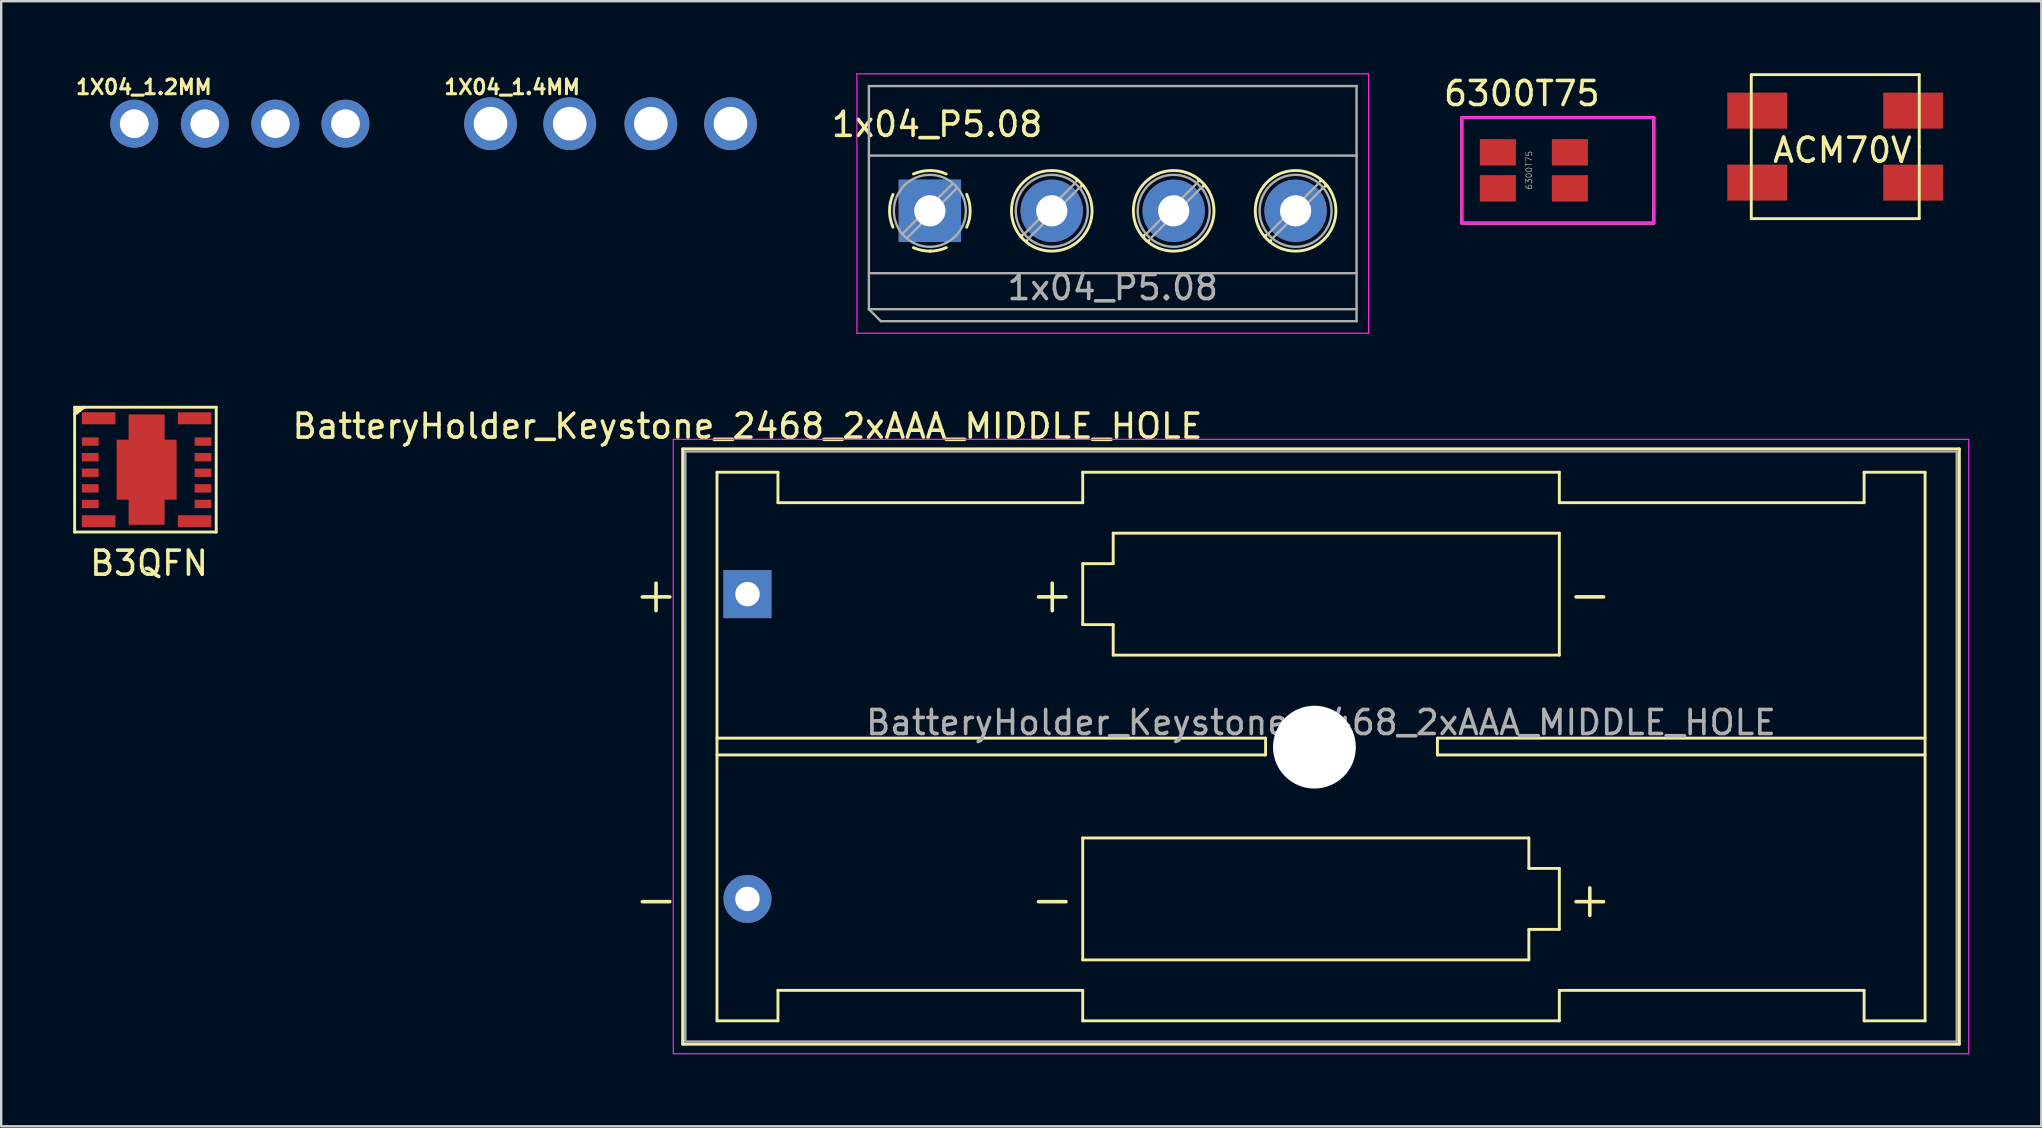
<source format=kicad_pcb>
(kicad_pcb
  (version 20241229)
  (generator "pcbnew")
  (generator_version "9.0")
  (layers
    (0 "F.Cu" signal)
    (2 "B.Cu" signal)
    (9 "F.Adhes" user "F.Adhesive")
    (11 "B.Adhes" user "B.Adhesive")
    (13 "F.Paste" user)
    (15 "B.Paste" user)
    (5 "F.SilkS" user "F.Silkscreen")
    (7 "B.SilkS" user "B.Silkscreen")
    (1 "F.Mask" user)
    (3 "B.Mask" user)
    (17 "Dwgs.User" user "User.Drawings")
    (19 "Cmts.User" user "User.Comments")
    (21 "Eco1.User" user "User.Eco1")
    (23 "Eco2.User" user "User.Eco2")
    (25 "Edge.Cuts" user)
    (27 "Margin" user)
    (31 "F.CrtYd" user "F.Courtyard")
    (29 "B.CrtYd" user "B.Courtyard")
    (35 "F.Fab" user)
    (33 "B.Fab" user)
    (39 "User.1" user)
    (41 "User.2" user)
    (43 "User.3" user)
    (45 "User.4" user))
  (footprint "BatteryHolder_Keystone_2468_2xAAA_MIDDLE_HOLE"
    (layer "F.Cu")
    (at 28.097 21.708)
    (property "Reference" "BatteryHolder_Keystone_2468_2xAAA_MIDDLE_HOLE" (at 0 -7 0) (layer "F.SilkS") (effects (font (size 1 1) (thickness 0.15))))
    (attr through_hole)
    (fp_line (start -2.7 -6.05) (end -2.7 18.75) (stroke (width 0.12) (type solid)) (layer "F.SilkS"))
    (fp_line (start -2.7 18.755) (end 50.5 18.755) (stroke (width 0.12) (type solid)) (layer "F.SilkS"))
    (fp_line (start -1.27 -5.08) (end -1.27 17.78) (stroke (width 0.12) (type solid)) (layer "F.SilkS"))
    (fp_line (start -1.27 6) (end 21.59 6) (stroke (width 0.12) (type solid)) (layer "F.SilkS"))
    (fp_line (start -1.27 17.78) (end 1.27 17.78) (stroke (width 0.12) (type solid)) (layer "F.SilkS"))
    (fp_line (start 1.27 -5.08) (end -1.27 -5.08) (stroke (width 0.12) (type solid)) (layer "F.SilkS"))
    (fp_line (start 1.27 -3.81) (end 1.27 -5.08) (stroke (width 0.12) (type solid)) (layer "F.SilkS"))
    (fp_line (start 1.27 -3.81) (end 13.97 -3.81) (stroke (width 0.12) (type solid)) (layer "F.SilkS"))
    (fp_line (start 1.27 16.51) (end 13.97 16.51) (stroke (width 0.12) (type solid)) (layer "F.SilkS"))
    (fp_line (start 1.27 17.78) (end 1.27 16.51) (stroke (width 0.12) (type solid)) (layer "F.SilkS"))
    (fp_line (start 13.97 -5.08) (end 13.97 -3.81) (stroke (width 0.12) (type solid)) (layer "F.SilkS"))
    (fp_line (start 13.97 -1.27) (end 15.24 -1.27) (stroke (width 0.12) (type solid)) (layer "F.SilkS"))
    (fp_line (start 13.97 1.27) (end 13.97 -1.27) (stroke (width 0.12) (type solid)) (layer "F.SilkS"))
    (fp_line (start 13.97 10.16) (end 32.56 10.16) (stroke (width 0.12) (type solid)) (layer "F.SilkS"))
    (fp_line (start 13.97 15.24) (end 13.97 10.16) (stroke (width 0.12) (type solid)) (layer "F.SilkS"))
    (fp_line (start 13.97 16.51) (end 13.97 17.78) (stroke (width 0.12) (type solid)) (layer "F.SilkS"))
    (fp_line (start 13.97 17.78) (end 33.83 17.78) (stroke (width 0.12) (type solid)) (layer "F.SilkS"))
    (fp_line (start 15.24 -2.54) (end 33.83 -2.54) (stroke (width 0.12) (type solid)) (layer "F.SilkS"))
    (fp_line (start 15.24 -1.27) (end 15.24 -2.54) (stroke (width 0.12) (type solid)) (layer "F.SilkS"))
    (fp_line (start 15.24 1.27) (end 13.97 1.27) (stroke (width 0.12) (type solid)) (layer "F.SilkS"))
    (fp_line (start 15.24 2.54) (end 15.24 1.27) (stroke (width 0.12) (type solid)) (layer "F.SilkS"))
    (fp_line (start 21.59 6) (end 21.59 6.7) (stroke (width 0.12) (type solid)) (layer "F.SilkS"))
    (fp_line (start 21.59 6.7) (end -1.27 6.7) (stroke (width 0.12) (type solid)) (layer "F.SilkS"))
    (fp_line (start 28.75 6) (end 28.75 6.7) (stroke (width 0.12) (type solid)) (layer "F.SilkS"))
    (fp_line (start 28.75 6.7) (end 49.07 6.7) (stroke (width 0.12) (type solid)) (layer "F.SilkS"))
    (fp_line (start 32.56 10.16) (end 32.56 11.43) (stroke (width 0.12) (type solid)) (layer "F.SilkS"))
    (fp_line (start 32.56 11.43) (end 33.83 11.43) (stroke (width 0.12) (type solid)) (layer "F.SilkS"))
    (fp_line (start 32.56 13.97) (end 32.56 15.24) (stroke (width 0.12) (type solid)) (layer "F.SilkS"))
    (fp_line (start 32.56 15.24) (end 13.97 15.24) (stroke (width 0.12) (type solid)) (layer "F.SilkS"))
    (fp_line (start 33.83 -5.08) (end 13.97 -5.08) (stroke (width 0.12) (type solid)) (layer "F.SilkS"))
    (fp_line (start 33.83 -3.81) (end 33.83 -5.08) (stroke (width 0.12) (type solid)) (layer "F.SilkS"))
    (fp_line (start 33.83 -2.54) (end 33.83 2.54) (stroke (width 0.12) (type solid)) (layer "F.SilkS"))
    (fp_line (start 33.83 2.54) (end 15.24 2.54) (stroke (width 0.12) (type solid)) (layer "F.SilkS"))
    (fp_line (start 33.83 11.43) (end 33.83 13.97) (stroke (width 0.12) (type solid)) (layer "F.SilkS"))
    (fp_line (start 33.83 13.97) (end 32.56 13.97) (stroke (width 0.12) (type solid)) (layer "F.SilkS"))
    (fp_line (start 33.83 17.78) (end 33.83 16.51) (stroke (width 0.12) (type solid)) (layer "F.SilkS"))
    (fp_line (start 46.53 -5.08) (end 46.53 -3.81) (stroke (width 0.12) (type solid)) (layer "F.SilkS"))
    (fp_line (start 46.53 -3.81) (end 33.83 -3.81) (stroke (width 0.12) (type solid)) (layer "F.SilkS"))
    (fp_line (start 46.53 16.51) (end 33.83 16.51) (stroke (width 0.12) (type solid)) (layer "F.SilkS"))
    (fp_line (start 46.53 17.78) (end 46.53 16.51) (stroke (width 0.12) (type solid)) (layer "F.SilkS"))
    (fp_line (start 49.07 -5.08) (end 46.53 -5.08) (stroke (width 0.12) (type solid)) (layer "F.SilkS"))
    (fp_line (start 49.07 -5.08) (end 49.07 17.78) (stroke (width 0.12) (type solid)) (layer "F.SilkS"))
    (fp_line (start 49.07 6) (end 28.75 6) (stroke (width 0.12) (type solid)) (layer "F.SilkS"))
    (fp_line (start 49.07 17.78) (end 46.53 17.78) (stroke (width 0.12) (type solid)) (layer "F.SilkS"))
    (fp_line (start 50.5 -6.055) (end -2.7 -6.055) (stroke (width 0.12) (type solid)) (layer "F.SilkS"))
    (fp_line (start 50.5 18.75) (end 50.5 -6.05) (stroke (width 0.12) (type solid)) (layer "F.SilkS"))
    (fp_line (start -3.09 -6.45) (end -3.09 19.15) (stroke (width 0.05) (type solid)) (layer "F.CrtYd"))
    (fp_line (start -3.09 19.15) (end 50.89 19.15) (stroke (width 0.05) (type solid)) (layer "F.CrtYd"))
    (fp_line (start 50.89 -6.45) (end -3.09 -6.45) (stroke (width 0.05) (type solid)) (layer "F.CrtYd"))
    (fp_line (start 50.89 19.15) (end 50.89 -6.45) (stroke (width 0.05) (type solid)) (layer "F.CrtYd"))
    (fp_line (start -2.59 -5.945) (end 50.39 -5.945) (stroke (width 0.1) (type solid)) (layer "F.Fab"))
    (fp_line (start -2.59 18.645) (end -2.59 -5.945) (stroke (width 0.1) (type solid)) (layer "F.Fab"))
    (fp_line (start -2.59 18.645) (end 50.39 18.645) (stroke (width 0.1) (type solid)) (layer "F.Fab"))
    (fp_line (start 50.39 18.645) (end 50.39 -5.945) (stroke (width 0.1) (type solid)) (layer "F.Fab"))
    (fp_text user "-" (at 12.7 12.7 0) (layer "F.SilkS") (effects (font (size 1.5 1.5) (thickness 0.15))))
    (fp_text user "+" (at 35.1 12.7 0) (layer "F.SilkS") (effects (font (size 1.5 1.5) (thickness 0.15))))
    (fp_text user "+" (at 12.7 0 0) (layer "F.SilkS") (effects (font (size 1.5 1.5) (thickness 0.15))))
    (fp_text user "-" (at -3.81 12.7 0) (layer "F.SilkS") (effects (font (size 1.5 1.5) (thickness 0.15))))
    (fp_text user "+" (at -3.81 0 0) (layer "F.SilkS") (effects (font (size 1.5 1.5) (thickness 0.15))))
    (fp_text user "-" (at 35.1 0 0) (layer "F.SilkS") (effects (font (size 1.5 1.5) (thickness 0.15))))
    (fp_text user "${REFERENCE}" (at 23.9 5.35 0) (layer "F.Fab") (effects (font (size 1 1) (thickness 0.15))))
    (pad "" np_thru_hole circle (at 23.625 6.375) (size 3.45 3.45) (drill 3.45) (layers "*.Cu" "*.Mask"))
    (pad "1" thru_hole rect (at 0 0) (size 2 2) (drill 1.02) (layers "*.Cu" "*.Mask"))
    (pad "2" thru_hole circle (at 0 12.7) (size 2 2) (drill 1.02) (layers "*.Cu" "*.Mask")))
  (footprint "1X04_1.4MM"
    (layer "F.Cu")
    (at 18.791 2.104)
    (property "Reference" "1X04_1.4MM" (at -0.5 -1.524 0) (layer "F.SilkS") (effects (font (size 0.61 0.61) (thickness 0.127))))
    (attr exclude_from_pos_files exclude_from_bom)
    (pad "1" thru_hole circle (at -1.4 0) (size 2.2 2.2) (drill 1.4) (layers "*.Cu" "*.Mask"))
    (pad "2" thru_hole circle (at 1.9 0) (size 2.2 2.2) (drill 1.4) (layers "*.Cu" "*.Mask"))
    (pad "3" thru_hole circle (at 5.28 0) (size 2.2 2.2) (drill 1.4) (layers "*.Cu" "*.Mask"))
    (pad "4" thru_hole circle (at 8.6 0) (size 2.2 2.2) (drill 1.4) (layers "*.Cu" "*.Mask")))
  (footprint "1x04_P5.08"
    (layer "F.Cu")
    (at 35.697 5.735)
    (property "Reference" "1x04_P5.08" (at 0.3 -3.6 0) (layer "F.SilkS") (effects (font (size 1 1) (thickness 0.15))))
    (attr through_hole)
    (fp_line (start 3.853 1.023) (end 3.806 1.069) (stroke (width 0.12) (type solid)) (layer "F.SilkS"))
    (fp_line (start 4.046 1.239) (end 4.011 1.274) (stroke (width 0.12) (type solid)) (layer "F.SilkS"))
    (fp_line (start 6.15 -1.275) (end 6.115 -1.239) (stroke (width 0.12) (type solid)) (layer "F.SilkS"))
    (fp_line (start 6.355 -1.069) (end 6.308 -1.023) (stroke (width 0.12) (type solid)) (layer "F.SilkS"))
    (fp_line (start 8.933 1.023) (end 8.886 1.069) (stroke (width 0.12) (type solid)) (layer "F.SilkS"))
    (fp_line (start 9.126 1.239) (end 9.091 1.274) (stroke (width 0.12) (type solid)) (layer "F.SilkS"))
    (fp_line (start 11.23 -1.275) (end 11.195 -1.239) (stroke (width 0.12) (type solid)) (layer "F.SilkS"))
    (fp_line (start 11.435 -1.069) (end 11.388 -1.023) (stroke (width 0.12) (type solid)) (layer "F.SilkS"))
    (fp_line (start 14.013 1.023) (end 13.966 1.069) (stroke (width 0.12) (type solid)) (layer "F.SilkS"))
    (fp_line (start 14.206 1.239) (end 14.171 1.274) (stroke (width 0.12) (type solid)) (layer "F.SilkS"))
    (fp_line (start 16.31 -1.275) (end 16.275 -1.239) (stroke (width 0.12) (type solid)) (layer "F.SilkS"))
    (fp_line (start 16.515 -1.069) (end 16.468 -1.023) (stroke (width 0.12) (type solid)) (layer "F.SilkS"))
    (fp_arc (start -1.535427 0.683042) (mid -1.680501 -0.000524) (end -1.535 -0.684) (stroke (width 0.12) (type solid)) (layer "F.SilkS"))
    (fp_arc (start -0.683042 -1.535427) (mid 0.000524 -1.680501) (end 0.684 -1.535) (stroke (width 0.12) (type solid)) (layer "F.SilkS"))
    (fp_arc (start 0.028805 1.680253) (mid -0.335551 1.646659) (end -0.684 1.535) (stroke (width 0.12) (type solid)) (layer "F.SilkS"))
    (fp_arc (start 0.683318 1.534756) (mid 0.349292 1.643288) (end 0 1.68) (stroke (width 0.12) (type solid)) (layer "F.SilkS"))
    (fp_arc (start 1.535427 -0.683042) (mid 1.680501 0.000524) (end 1.535 0.684) (stroke (width 0.12) (type solid)) (layer "F.SilkS"))
    (fp_circle (center 5.08 0) (end 6.76 0) (stroke (width 0.12) (type solid)) (fill no) (layer "F.SilkS"))
    (fp_circle (center 10.16 0) (end 11.84 0) (stroke (width 0.12) (type solid)) (fill no) (layer "F.SilkS"))
    (fp_circle (center 15.24 0) (end 16.92 0) (stroke (width 0.12) (type solid)) (fill no) (layer "F.SilkS"))
    (fp_line (start -3.04 -5.71) (end -3.04 5.1) (stroke (width 0.05) (type solid)) (layer "F.CrtYd"))
    (fp_line (start -3.04 5.1) (end 18.28 5.1) (stroke (width 0.05) (type solid)) (layer "F.CrtYd"))
    (fp_line (start 18.28 -5.71) (end -3.04 -5.71) (stroke (width 0.05) (type solid)) (layer "F.CrtYd"))
    (fp_line (start 18.28 5.1) (end 18.28 -5.71) (stroke (width 0.05) (type solid)) (layer "F.CrtYd"))
    (fp_line (start -2.54 -5.2) (end 17.78 -5.2) (stroke (width 0.1) (type solid)) (layer "F.Fab"))
    (fp_line (start -2.54 -2.3) (end 17.78 -2.3) (stroke (width 0.1) (type solid)) (layer "F.Fab"))
    (fp_line (start -2.54 2.6) (end 17.78 2.6) (stroke (width 0.1) (type solid)) (layer "F.Fab"))
    (fp_line (start -2.54 4.1) (end -2.54 -5.2) (stroke (width 0.1) (type solid)) (layer "F.Fab"))
    (fp_line (start -2.54 4.1) (end 17.78 4.1) (stroke (width 0.1) (type solid)) (layer "F.Fab"))
    (fp_line (start -2.04 4.6) (end -2.54 4.1) (stroke (width 0.1) (type solid)) (layer "F.Fab"))
    (fp_line (start 0.955 -1.138) (end -1.138 0.955) (stroke (width 0.1) (type solid)) (layer "F.Fab"))
    (fp_line (start 1.138 -0.955) (end -0.955 1.138) (stroke (width 0.1) (type solid)) (layer "F.Fab"))
    (fp_line (start 6.035 -1.138) (end 3.943 0.955) (stroke (width 0.1) (type solid)) (layer "F.Fab"))
    (fp_line (start 6.218 -0.955) (end 4.126 1.138) (stroke (width 0.1) (type solid)) (layer "F.Fab"))
    (fp_line (start 11.115 -1.138) (end 9.023 0.955) (stroke (width 0.1) (type solid)) (layer "F.Fab"))
    (fp_line (start 11.298 -0.955) (end 9.206 1.138) (stroke (width 0.1) (type solid)) (layer "F.Fab"))
    (fp_line (start 16.195 -1.138) (end 14.103 0.955) (stroke (width 0.1) (type solid)) (layer "F.Fab"))
    (fp_line (start 16.378 -0.955) (end 14.286 1.138) (stroke (width 0.1) (type solid)) (layer "F.Fab"))
    (fp_line (start 17.78 -5.2) (end 17.78 4.6) (stroke (width 0.1) (type solid)) (layer "F.Fab"))
    (fp_line (start 17.78 4.6) (end -2.04 4.6) (stroke (width 0.1) (type solid)) (layer "F.Fab"))
    (fp_circle (center 0 0) (end 1.5 0) (stroke (width 0.1) (type solid)) (fill no) (layer "F.Fab"))
    (fp_circle (center 5.08 0) (end 6.58 0) (stroke (width 0.1) (type solid)) (fill no) (layer "F.Fab"))
    (fp_circle (center 10.16 0) (end 11.66 0) (stroke (width 0.1) (type solid)) (fill no) (layer "F.Fab"))
    (fp_circle (center 15.24 0) (end 16.74 0) (stroke (width 0.1) (type solid)) (fill no) (layer "F.Fab"))
    (fp_text user "${REFERENCE}" (at 7.62 3.2 0) (layer "F.Fab") (effects (font (size 1 1) (thickness 0.15))))
    (pad "1" thru_hole rect (at 0 0) (size 2.6 2.6) (drill 1.3) (layers "*.Cu" "*.Mask"))
    (pad "2" thru_hole circle (at 5.08 0) (size 2.6 2.6) (drill 1.3) (layers "*.Cu" "*.Mask"))
    (pad "3" thru_hole circle (at 10.16 0) (size 2.6 2.6) (drill 1.3) (layers "*.Cu" "*.Mask"))
    (pad "4" thru_hole circle (at 15.24 0) (size 2.6 2.6) (drill 1.3) (layers "*.Cu" "*.Mask")))
  (footprint "1X04_1.2MM"
    (layer "F.Cu")
    (at 3.145 2.104)
    (property "Reference" "1X04_1.2MM" (at -0.2 -1.524 0) (layer "F.SilkS") (effects (font (size 0.61 0.61) (thickness 0.127))))
    (attr exclude_from_pos_files exclude_from_bom)
    (pad "1" thru_hole circle (at -0.6 0) (size 2 2) (drill 1.2) (layers "*.Cu" "*.Mask"))
    (pad "2" thru_hole circle (at 2.34 0) (size 2 2) (drill 1.2) (layers "*.Cu" "*.Mask"))
    (pad "3" thru_hole circle (at 5.28 0) (size 2 2) (drill 1.2) (layers "*.Cu" "*.Mask"))
    (pad "4" thru_hole circle (at 8.2 0) (size 2 2) (drill 1.2) (layers "*.Cu" "*.Mask")))
  (footprint "ACM70V"
    (layer "F.Cu")
    (at 73.425 3.06)
    (property "Reference" "ACM70V" (at 0.3 0.15 0) (layer "F.SilkS") (effects (font (size 1 1) (thickness 0.15))))
    (attr through_hole)
    (fp_line (start -3.5 -3) (end -3.5 3) (stroke (width 0.12) (type solid)) (layer "F.SilkS"))
    (fp_line (start -3.5 3) (end 3.5 3) (stroke (width 0.12) (type solid)) (layer "F.SilkS"))
    (fp_line (start 3.5 -3) (end -3.5 -3) (stroke (width 0.12) (type solid)) (layer "F.SilkS"))
    (fp_line (start 3.5 0) (end 3.5 -3) (stroke (width 0.12) (type solid)) (layer "F.SilkS"))
    (fp_line (start 3.5 3) (end 3.5 0) (stroke (width 0.12) (type solid)) (layer "F.SilkS"))
    (pad "1" smd rect (at -3.25 1.5) (size 2.5 1.5) (layers "F.Cu" "F.Mask" "F.Paste"))
    (pad "2" smd rect (at -3.25 -1.5) (size 2.5 1.5) (layers "F.Cu" "F.Mask" "F.Paste"))
    (pad "3" smd rect (at 3.25 -1.5) (size 2.5 1.5) (layers "F.Cu" "F.Mask" "F.Paste"))
    (pad "4" smd rect (at 3.25 1.5) (size 2.5 1.5) (layers "F.Cu" "F.Mask" "F.Paste")))
  (footprint "B3QFN"
    (layer "F.Cu")
    (at 3.06 16.52)
    (property "Reference" "B3QFN" (at 0.1 3.9 0) (layer "F.SilkS") (effects (font (size 1 1) (thickness 0.15))))
    (attr smd)
    (fp_line (start -3 -2.6) (end -3 2.6) (stroke (width 0.12) (type solid)) (layer "F.SilkS"))
    (fp_line (start -3 -2.3) (end -2.6 -2.6) (stroke (width 0.12) (type solid)) (layer "F.SilkS"))
    (fp_line (start -3 2.6) (end 2.9 2.6) (stroke (width 0.12) (type solid)) (layer "F.SilkS"))
    (fp_line (start -2.9 -2.5) (end -2.9 -2.4) (stroke (width 0.12) (type solid)) (layer "F.SilkS"))
    (fp_line (start -2.6 -2.6) (end -2.9 -2.5) (stroke (width 0.12) (type solid)) (layer "F.SilkS"))
    (fp_line (start 2.9 -2.6) (end -3 -2.6) (stroke (width 0.12) (type solid)) (layer "F.SilkS"))
    (fp_line (start 2.9 2.6) (end 2.9 -2.6) (stroke (width 0.12) (type solid)) (layer "F.SilkS"))
    (fp_poly (pts (xy -0.5 0.8) (xy -1 0.8) (xy -1 -0.7) (xy -0.5 -0.7)) (stroke (width 0.1) (type solid)) (fill yes) (layer "F.Paste"))
    (fp_poly (pts (xy -0.1 -0.9) (xy -0.6 -0.9) (xy -0.6 -2.1) (xy -0.1 -2.1)) (stroke (width 0.1) (type solid)) (fill yes) (layer "F.Paste"))
    (fp_poly (pts (xy -0.1 2.2) (xy -0.6 2.2) (xy -0.6 1) (xy -0.1 1)) (stroke (width 0.1) (type solid)) (fill yes) (layer "F.Paste"))
    (fp_poly (pts (xy 0.3 0.8) (xy -0.3 0.8) (xy -0.3 -0.7) (xy 0.3 -0.7)) (stroke (width 0.1) (type solid)) (fill yes) (layer "F.Paste"))
    (fp_poly (pts (xy 0.6 -0.9) (xy 0.1 -0.9) (xy 0.1 -2.1) (xy 0.6 -2.1)) (stroke (width 0.1) (type solid)) (fill yes) (layer "F.Paste"))
    (fp_poly (pts (xy 0.6 2.2) (xy 0.1 2.2) (xy 0.1 1) (xy 0.6 1)) (stroke (width 0.1) (type solid)) (fill yes) (layer "F.Paste"))
    (fp_poly (pts (xy 1 0.8) (xy 0.5 0.8) (xy 0.5 -0.7) (xy 1 -0.7)) (stroke (width 0.1) (type solid)) (fill yes) (layer "F.Paste"))
    (pad "1" smd rect (at -2 -2.14 90) (size 0.5 1.4) (layers "F.Cu" "F.Mask" "F.Paste"))
    (pad "2" smd rect (at -2.35 -1.17 90) (size 0.35 0.7) (layers "F.Cu" "F.Mask" "F.Paste"))
    (pad "3" smd rect (at -2.35 -0.52 90) (size 0.35 0.7) (layers "F.Cu" "F.Mask" "F.Paste"))
    (pad "4" smd rect (at -2.35 0.13 90) (size 0.35 0.7) (layers "F.Cu" "F.Mask" "F.Paste"))
    (pad "5" smd rect (at -2.35 0.78 90) (size 0.35 0.7) (layers "F.Cu" "F.Mask" "F.Paste"))
    (pad "6" smd rect (at -2.35 1.43 90) (size 0.35 0.7) (layers "F.Cu" "F.Mask" "F.Paste"))
    (pad "7" smd rect (at -2 2.15 90) (size 0.5 1.4) (layers "F.Cu" "F.Mask" "F.Paste"))
    (pad "8" smd rect (at 2 2.15 90) (size 0.5 1.4) (layers "F.Cu" "F.Mask" "F.Paste"))
    (pad "9" smd rect (at 2.35 1.43 90) (size 0.35 0.7) (layers "F.Cu" "F.Mask" "F.Paste"))
    (pad "10" smd rect (at 2.35 0.78 90) (size 0.35 0.7) (layers "F.Cu" "F.Mask" "F.Paste"))
    (pad "11" smd rect (at 2.35 0.13 90) (size 0.35 0.7) (layers "F.Cu" "F.Mask" "F.Paste"))
    (pad "12" smd rect (at 2.35 -0.52 90) (size 0.35 0.7) (layers "F.Cu" "F.Mask" "F.Paste"))
    (pad "13" smd rect (at 2.35 -1.17 90) (size 0.35 0.7) (layers "F.Cu" "F.Mask" "F.Paste"))
    (pad "14" smd rect (at 2 -2.14 90) (size 0.5 1.4) (layers "F.Cu" "F.Mask" "F.Paste"))
    (pad "15" smd rect (at 0 0) (size 1.5 4.6) (layers "F.Cu" "F.Mask"))
    (pad "15" smd rect (at 0 0) (size 2.5 2.5) (layers "F.Cu" "F.Mask")))
  (footprint "6300T75"
    (layer "F.Cu")
    (at 60.865 4.048)
    (property "Reference" "6300T75" (at -0.5 -3.2 0) (layer "F.SilkS") (effects (font (size 1 1) (thickness 0.15))))
    (attr through_hole)
    (fp_line (start -3 -2.2) (end -3 2.2) (stroke (width 0.12) (type solid)) (layer "F.SilkS"))
    (fp_line (start 5 -2.2) (end -3 -2.2) (stroke (width 0.12) (type solid)) (layer "F.SilkS"))
    (fp_line (start 5 -2.2) (end 5 2.2) (stroke (width 0.12) (type solid)) (layer "F.SilkS"))
    (fp_line (start 5 2.2) (end -3 2.2) (stroke (width 0.12) (type solid)) (layer "F.SilkS"))
    (fp_line (start -3 -2.2) (end -3 2.2) (stroke (width 0.12) (type solid)) (layer "F.CrtYd"))
    (fp_line (start 5 -2.2) (end -3 -2.2) (stroke (width 0.12) (type solid)) (layer "F.CrtYd"))
    (fp_line (start 5 -2.2) (end 5 2.2) (stroke (width 0.12) (type solid)) (layer "F.CrtYd"))
    (fp_line (start 5 2.2) (end -3 2.2) (stroke (width 0.12) (type solid)) (layer "F.CrtYd"))
    (fp_text user "${REFERENCE}" (at -0.2 0 270) (layer "F.Fab") (effects (font (size 0.25 0.25) (thickness 0.025))))
    (pad "1" smd rect (at 1.5 0.75 270) (size 1.1 1.5) (layers "F.Cu" "F.Mask" "F.Paste"))
    (pad "2" smd rect (at -1.5 0.75 270) (size 1.1 1.5) (layers "F.Cu" "F.Mask" "F.Paste"))
    (pad "3" smd rect (at 1.5 -0.75 270) (size 1.1 1.5) (layers "F.Cu" "F.Mask" "F.Paste"))
    (pad "4" smd rect (at -1.5 -0.75 270) (size 1.1 1.5) (layers "F.Cu" "F.Mask" "F.Paste")))
  (gr_rect
    (start -3 -3)
    (end 82.012 43.883)
    (stroke (width 0.1) (type default))
    (fill no)
    (layer "Edge.Cuts")))
</source>
